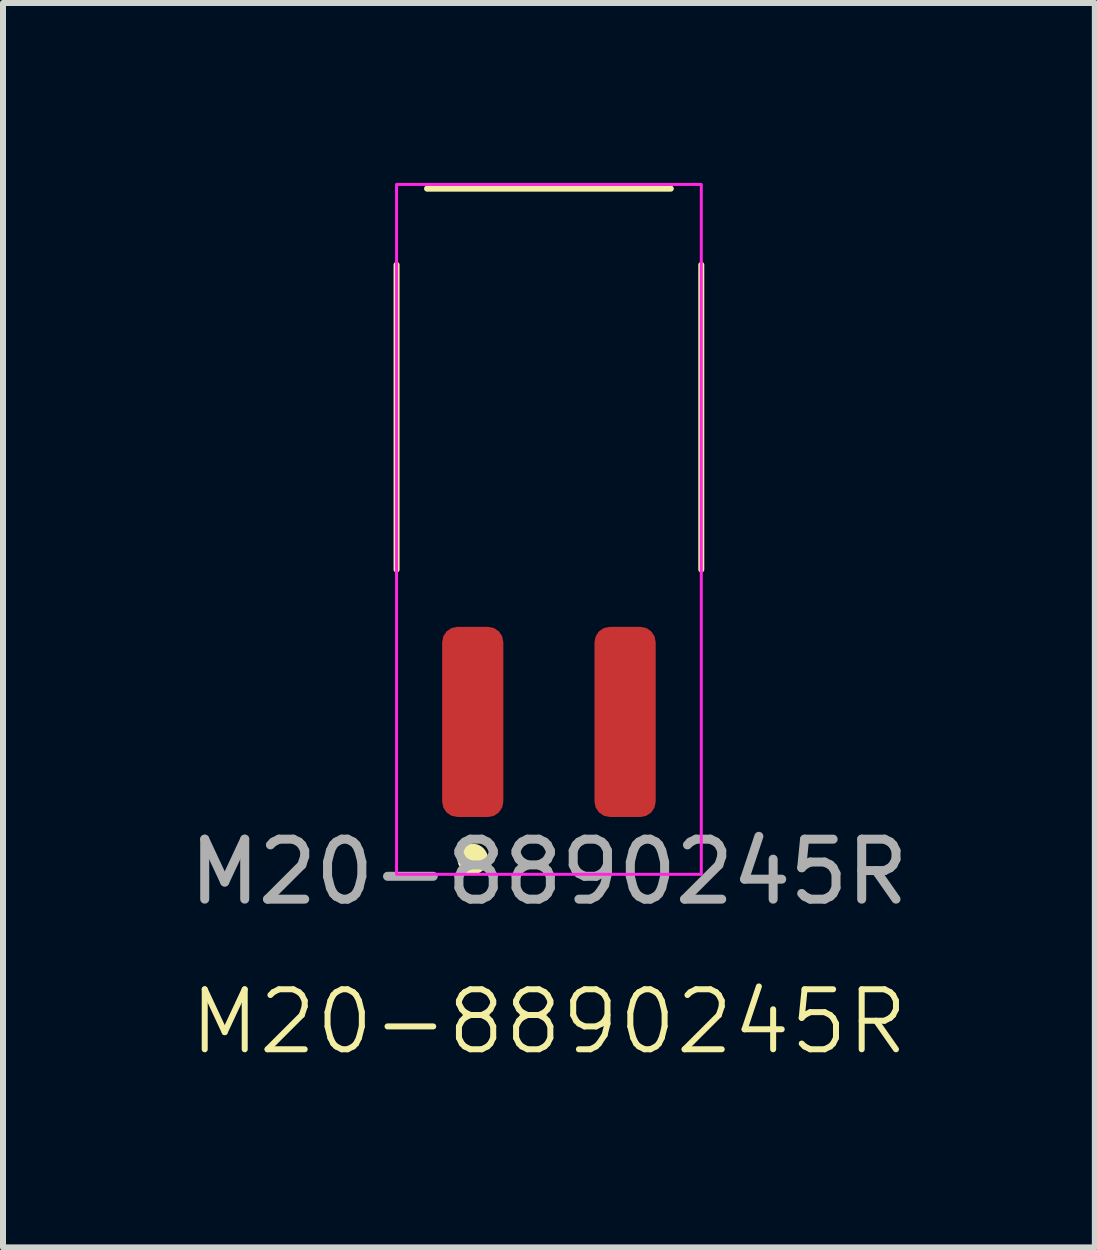
<source format=kicad_pcb>
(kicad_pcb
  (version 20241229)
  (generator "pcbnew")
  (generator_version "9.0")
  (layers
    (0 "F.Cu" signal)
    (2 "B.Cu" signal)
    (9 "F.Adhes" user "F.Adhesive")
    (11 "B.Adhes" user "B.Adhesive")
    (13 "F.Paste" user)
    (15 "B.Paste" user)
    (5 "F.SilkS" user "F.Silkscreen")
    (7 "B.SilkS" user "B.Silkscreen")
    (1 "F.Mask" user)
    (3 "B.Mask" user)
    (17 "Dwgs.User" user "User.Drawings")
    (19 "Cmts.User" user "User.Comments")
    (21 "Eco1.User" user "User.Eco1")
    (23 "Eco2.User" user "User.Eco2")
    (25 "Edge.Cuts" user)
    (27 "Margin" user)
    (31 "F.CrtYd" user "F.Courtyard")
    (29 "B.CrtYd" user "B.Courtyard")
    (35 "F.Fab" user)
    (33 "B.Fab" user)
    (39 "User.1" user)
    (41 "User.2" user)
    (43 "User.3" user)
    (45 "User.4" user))
  (footprint "M20-8890245R"
    (layer "F.Cu")
    (at 6.101 8.985)
    (property "Reference" "M20-8890245R" (at 0 5 0) (unlocked yes) (layer "F.SilkS") (effects (font (size 1 1) (thickness 0.1))))
    (attr smd)
    (fp_line (start -2.54 -7.62) (end -2.54 -2.54) (stroke (width 0.1) (type default)) (layer "F.SilkS"))
    (fp_line (start -2.032 -8.89) (end 2.032 -8.89) (stroke (width 0.1) (type solid)) (layer "F.SilkS"))
    (fp_line (start 2.54 -2.54) (end 2.54 -7.62) (stroke (width 0.1) (type default)) (layer "F.SilkS"))
    (fp_circle (center -1.27 2.286) (end -1.016 2.286) (stroke (width 0) (type solid)) (fill yes) (layer "F.SilkS"))
    (fp_rect (start -2.54 -8.96) (end 2.54 2.54) (stroke (width 0.05) (type default)) (fill no) (layer "F.CrtYd"))
    (fp_text user "${REFERENCE}" (at 0 2.5 0) (unlocked yes) (layer "F.Fab") (effects (font (size 1 1) (thickness 0.15))))
    (pad "1" smd roundrect (at -1.27 0) (size 1.02 3.17) (layers "F.Cu" "F.Mask" "F.Paste") (roundrect_rratio 0.25))
    (pad "2" smd roundrect (at 1.27 0) (size 1.02 3.17) (layers "F.Cu" "F.Mask" "F.Paste") (roundrect_rratio 0.25)))
  (gr_rect
    (start -3 -3)
    (end 15.202 17.745)
    (stroke (width 0.1) (type default))
    (fill no)
    (layer "Edge.Cuts")))
</source>
